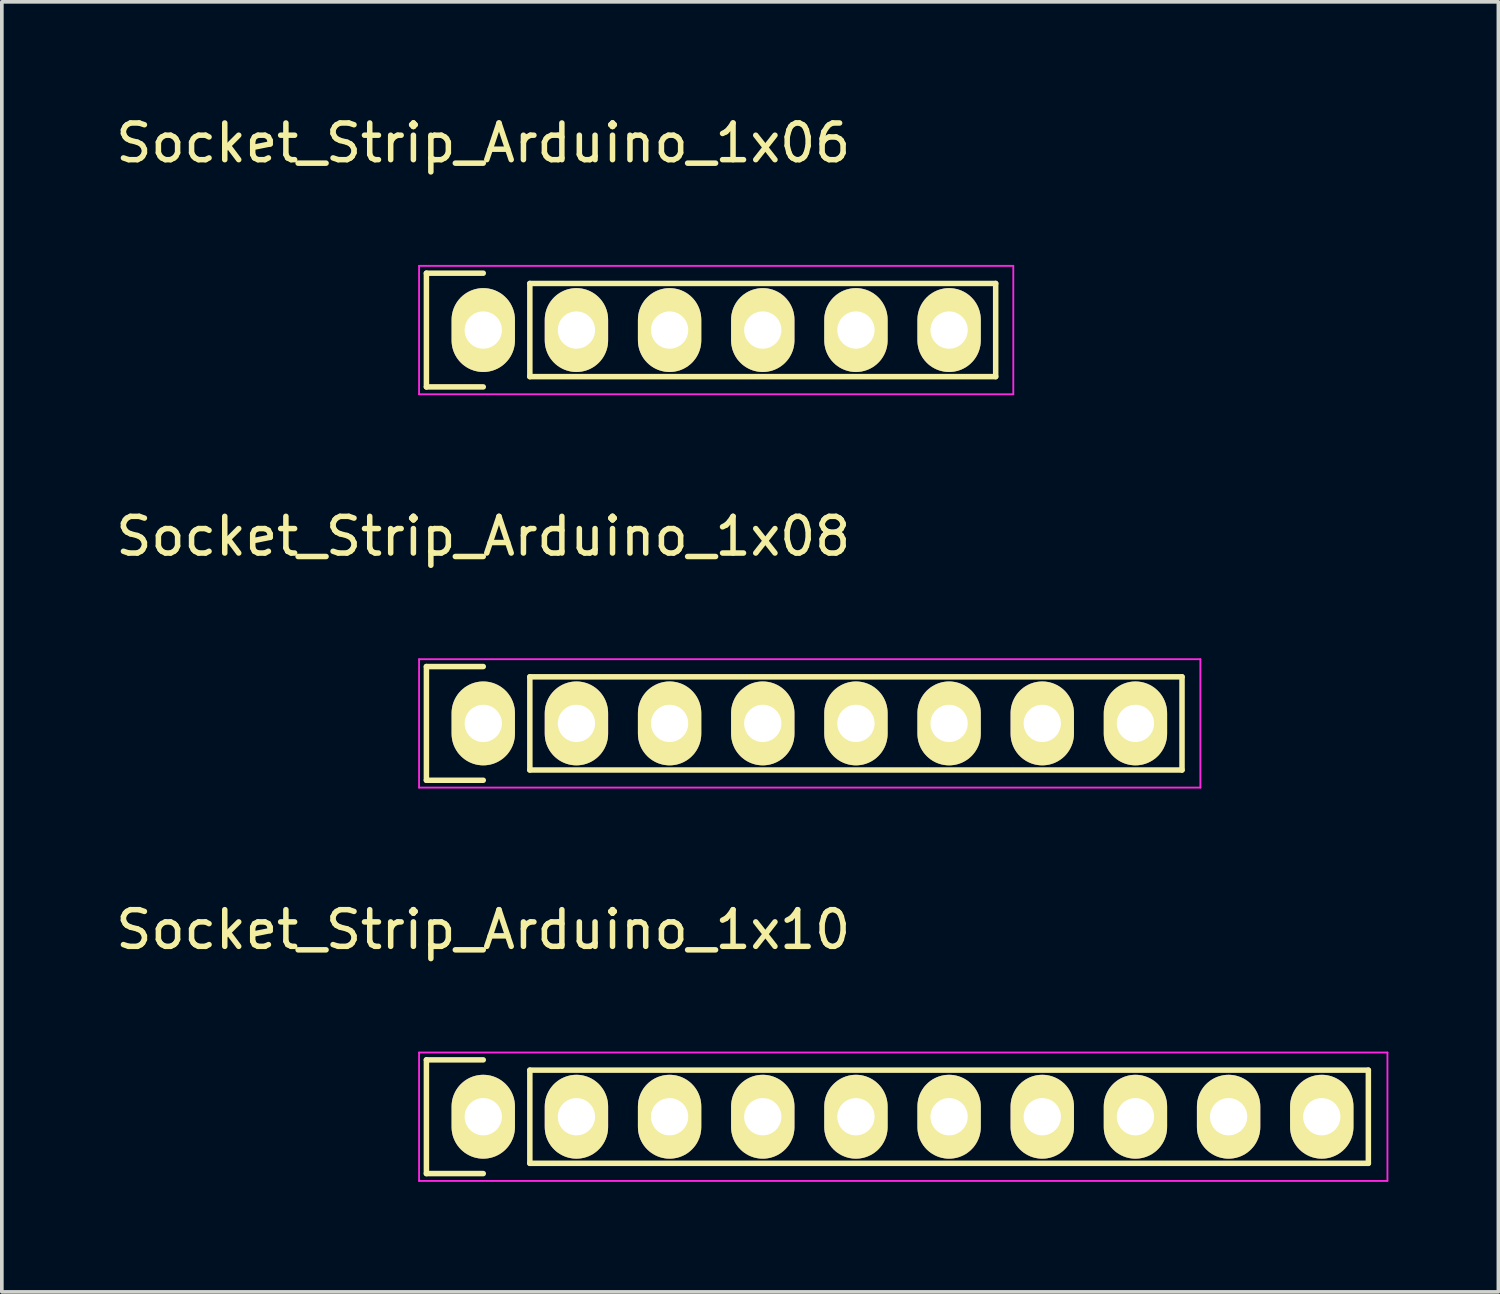
<source format=kicad_pcb>
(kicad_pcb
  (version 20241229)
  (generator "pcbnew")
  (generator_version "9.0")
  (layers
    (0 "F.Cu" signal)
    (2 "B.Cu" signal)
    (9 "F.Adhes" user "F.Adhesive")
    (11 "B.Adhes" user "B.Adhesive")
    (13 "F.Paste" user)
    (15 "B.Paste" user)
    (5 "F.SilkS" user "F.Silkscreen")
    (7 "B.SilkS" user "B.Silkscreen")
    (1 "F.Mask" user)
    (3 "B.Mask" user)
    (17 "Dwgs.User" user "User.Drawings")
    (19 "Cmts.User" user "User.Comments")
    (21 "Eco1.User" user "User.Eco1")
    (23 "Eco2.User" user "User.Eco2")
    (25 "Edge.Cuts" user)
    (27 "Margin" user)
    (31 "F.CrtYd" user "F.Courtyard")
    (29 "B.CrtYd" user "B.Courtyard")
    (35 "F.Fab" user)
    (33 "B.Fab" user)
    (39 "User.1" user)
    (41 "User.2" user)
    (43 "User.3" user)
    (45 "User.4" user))
  (footprint "Socket_Strip_Arduino_1x06"
    (layer "F.Cu")
    (at 10.125 5.948)
    (property "Reference" "Socket_Strip_Arduino_1x06" (at 0 -5.1 0) (layer "F.SilkS") (effects (font (size 1 1) (thickness 0.15))))
    (attr through_hole)
    (fp_line (start -1.55 -1.55) (end -1.55 1.55) (stroke (width 0.15) (type solid)) (layer "F.SilkS"))
    (fp_line (start -1.55 1.55) (end 0 1.55) (stroke (width 0.15) (type solid)) (layer "F.SilkS"))
    (fp_line (start 0 -1.55) (end -1.55 -1.55) (stroke (width 0.15) (type solid)) (layer "F.SilkS"))
    (fp_line (start 1.27 1.27) (end 1.27 -1.27) (stroke (width 0.15) (type solid)) (layer "F.SilkS"))
    (fp_line (start 1.27 1.27) (end 13.97 1.27) (stroke (width 0.15) (type solid)) (layer "F.SilkS"))
    (fp_line (start 13.97 -1.27) (end 1.27 -1.27) (stroke (width 0.15) (type solid)) (layer "F.SilkS"))
    (fp_line (start 13.97 1.27) (end 13.97 -1.27) (stroke (width 0.15) (type solid)) (layer "F.SilkS"))
    (fp_line (start -1.75 -1.75) (end -1.75 1.75) (stroke (width 0.05) (type solid)) (layer "F.CrtYd"))
    (fp_line (start -1.75 -1.75) (end 14.45 -1.75) (stroke (width 0.05) (type solid)) (layer "F.CrtYd"))
    (fp_line (start -1.75 1.75) (end 14.45 1.75) (stroke (width 0.05) (type solid)) (layer "F.CrtYd"))
    (fp_line (start 14.45 -1.75) (end 14.45 1.75) (stroke (width 0.05) (type solid)) (layer "F.CrtYd"))
    (pad "1" thru_hole oval (at 0 0) (size 1.727 2.286) (drill 1.016) (layers "*.Cu" "*.Mask" "F.SilkS"))
    (pad "2" thru_hole oval (at 2.54 0) (size 1.727 2.286) (drill 1.016) (layers "*.Cu" "*.Mask" "F.SilkS"))
    (pad "3" thru_hole oval (at 5.08 0) (size 1.727 2.286) (drill 1.016) (layers "*.Cu" "*.Mask" "F.SilkS"))
    (pad "4" thru_hole oval (at 7.62 0) (size 1.727 2.286) (drill 1.016) (layers "*.Cu" "*.Mask" "F.SilkS"))
    (pad "5" thru_hole oval (at 10.16 0) (size 1.727 2.286) (drill 1.016) (layers "*.Cu" "*.Mask" "F.SilkS"))
    (pad "6" thru_hole oval (at 12.7 0) (size 1.727 2.286) (drill 1.016) (layers "*.Cu" "*.Mask" "F.SilkS")))
  (footprint "Socket_Strip_Arduino_1x10"
    (layer "F.Cu")
    (at 10.125 27.395)
    (property "Reference" "Socket_Strip_Arduino_1x10" (at 0 -5.1 0) (layer "F.SilkS") (effects (font (size 1 1) (thickness 0.15))))
    (attr through_hole)
    (fp_line (start -1.55 -1.55) (end -1.55 1.55) (stroke (width 0.15) (type solid)) (layer "F.SilkS"))
    (fp_line (start -1.55 1.55) (end 0 1.55) (stroke (width 0.15) (type solid)) (layer "F.SilkS"))
    (fp_line (start 0 -1.55) (end -1.55 -1.55) (stroke (width 0.15) (type solid)) (layer "F.SilkS"))
    (fp_line (start 1.27 1.27) (end 1.27 -1.27) (stroke (width 0.15) (type solid)) (layer "F.SilkS"))
    (fp_line (start 1.27 1.27) (end 24.13 1.27) (stroke (width 0.15) (type solid)) (layer "F.SilkS"))
    (fp_line (start 24.13 -1.27) (end 1.27 -1.27) (stroke (width 0.15) (type solid)) (layer "F.SilkS"))
    (fp_line (start 24.13 1.27) (end 24.13 -1.27) (stroke (width 0.15) (type solid)) (layer "F.SilkS"))
    (fp_line (start -1.75 -1.75) (end -1.75 1.75) (stroke (width 0.05) (type solid)) (layer "F.CrtYd"))
    (fp_line (start -1.75 -1.75) (end 24.65 -1.75) (stroke (width 0.05) (type solid)) (layer "F.CrtYd"))
    (fp_line (start -1.75 1.75) (end 24.65 1.75) (stroke (width 0.05) (type solid)) (layer "F.CrtYd"))
    (fp_line (start 24.65 -1.75) (end 24.65 1.75) (stroke (width 0.05) (type solid)) (layer "F.CrtYd"))
    (pad "1" thru_hole oval (at 0 0) (size 1.727 2.286) (drill 1.016) (layers "*.Cu" "*.Mask" "F.SilkS"))
    (pad "2" thru_hole oval (at 2.54 0) (size 1.727 2.286) (drill 1.016) (layers "*.Cu" "*.Mask" "F.SilkS"))
    (pad "3" thru_hole oval (at 5.08 0) (size 1.727 2.286) (drill 1.016) (layers "*.Cu" "*.Mask" "F.SilkS"))
    (pad "4" thru_hole oval (at 7.62 0) (size 1.727 2.286) (drill 1.016) (layers "*.Cu" "*.Mask" "F.SilkS"))
    (pad "5" thru_hole oval (at 10.16 0) (size 1.727 2.286) (drill 1.016) (layers "*.Cu" "*.Mask" "F.SilkS"))
    (pad "6" thru_hole oval (at 12.7 0) (size 1.727 2.286) (drill 1.016) (layers "*.Cu" "*.Mask" "F.SilkS"))
    (pad "7" thru_hole oval (at 15.24 0) (size 1.727 2.286) (drill 1.016) (layers "*.Cu" "*.Mask" "F.SilkS"))
    (pad "8" thru_hole oval (at 17.78 0) (size 1.727 2.286) (drill 1.016) (layers "*.Cu" "*.Mask" "F.SilkS"))
    (pad "9" thru_hole oval (at 20.32 0) (size 1.727 2.286) (drill 1.016) (layers "*.Cu" "*.Mask" "F.SilkS"))
    (pad "10" thru_hole oval (at 22.86 0) (size 1.727 2.286) (drill 1.016) (layers "*.Cu" "*.Mask" "F.SilkS")))
  (footprint "Socket_Strip_Arduino_1x08"
    (layer "F.Cu")
    (at 10.125 16.672)
    (property "Reference" "Socket_Strip_Arduino_1x08" (at 0 -5.1 0) (layer "F.SilkS") (effects (font (size 1 1) (thickness 0.15))))
    (attr through_hole)
    (fp_line (start -1.55 -1.55) (end -1.55 1.55) (stroke (width 0.15) (type solid)) (layer "F.SilkS"))
    (fp_line (start -1.55 1.55) (end 0 1.55) (stroke (width 0.15) (type solid)) (layer "F.SilkS"))
    (fp_line (start 0 -1.55) (end -1.55 -1.55) (stroke (width 0.15) (type solid)) (layer "F.SilkS"))
    (fp_line (start 1.27 1.27) (end 1.27 -1.27) (stroke (width 0.15) (type solid)) (layer "F.SilkS"))
    (fp_line (start 1.27 1.27) (end 19.05 1.27) (stroke (width 0.15) (type solid)) (layer "F.SilkS"))
    (fp_line (start 19.05 -1.27) (end 1.27 -1.27) (stroke (width 0.15) (type solid)) (layer "F.SilkS"))
    (fp_line (start 19.05 1.27) (end 19.05 -1.27) (stroke (width 0.15) (type solid)) (layer "F.SilkS"))
    (fp_line (start -1.75 -1.75) (end -1.75 1.75) (stroke (width 0.05) (type solid)) (layer "F.CrtYd"))
    (fp_line (start -1.75 -1.75) (end 19.55 -1.75) (stroke (width 0.05) (type solid)) (layer "F.CrtYd"))
    (fp_line (start -1.75 1.75) (end 19.55 1.75) (stroke (width 0.05) (type solid)) (layer "F.CrtYd"))
    (fp_line (start 19.55 -1.75) (end 19.55 1.75) (stroke (width 0.05) (type solid)) (layer "F.CrtYd"))
    (pad "1" thru_hole oval (at 0 0) (size 1.727 2.286) (drill 1.016) (layers "*.Cu" "*.Mask" "F.SilkS"))
    (pad "2" thru_hole oval (at 2.54 0) (size 1.727 2.286) (drill 1.016) (layers "*.Cu" "*.Mask" "F.SilkS"))
    (pad "3" thru_hole oval (at 5.08 0) (size 1.727 2.286) (drill 1.016) (layers "*.Cu" "*.Mask" "F.SilkS"))
    (pad "4" thru_hole oval (at 7.62 0) (size 1.727 2.286) (drill 1.016) (layers "*.Cu" "*.Mask" "F.SilkS"))
    (pad "5" thru_hole oval (at 10.16 0) (size 1.727 2.286) (drill 1.016) (layers "*.Cu" "*.Mask" "F.SilkS"))
    (pad "6" thru_hole oval (at 12.7 0) (size 1.727 2.286) (drill 1.016) (layers "*.Cu" "*.Mask" "F.SilkS"))
    (pad "7" thru_hole oval (at 15.24 0) (size 1.727 2.286) (drill 1.016) (layers "*.Cu" "*.Mask" "F.SilkS"))
    (pad "8" thru_hole oval (at 17.78 0) (size 1.727 2.286) (drill 1.016) (layers "*.Cu" "*.Mask" "F.SilkS")))
  (gr_rect
    (start -3 -3)
    (end 37.8 32.17)
    (stroke (width 0.1) (type default))
    (fill no)
    (layer "Edge.Cuts")))
</source>
